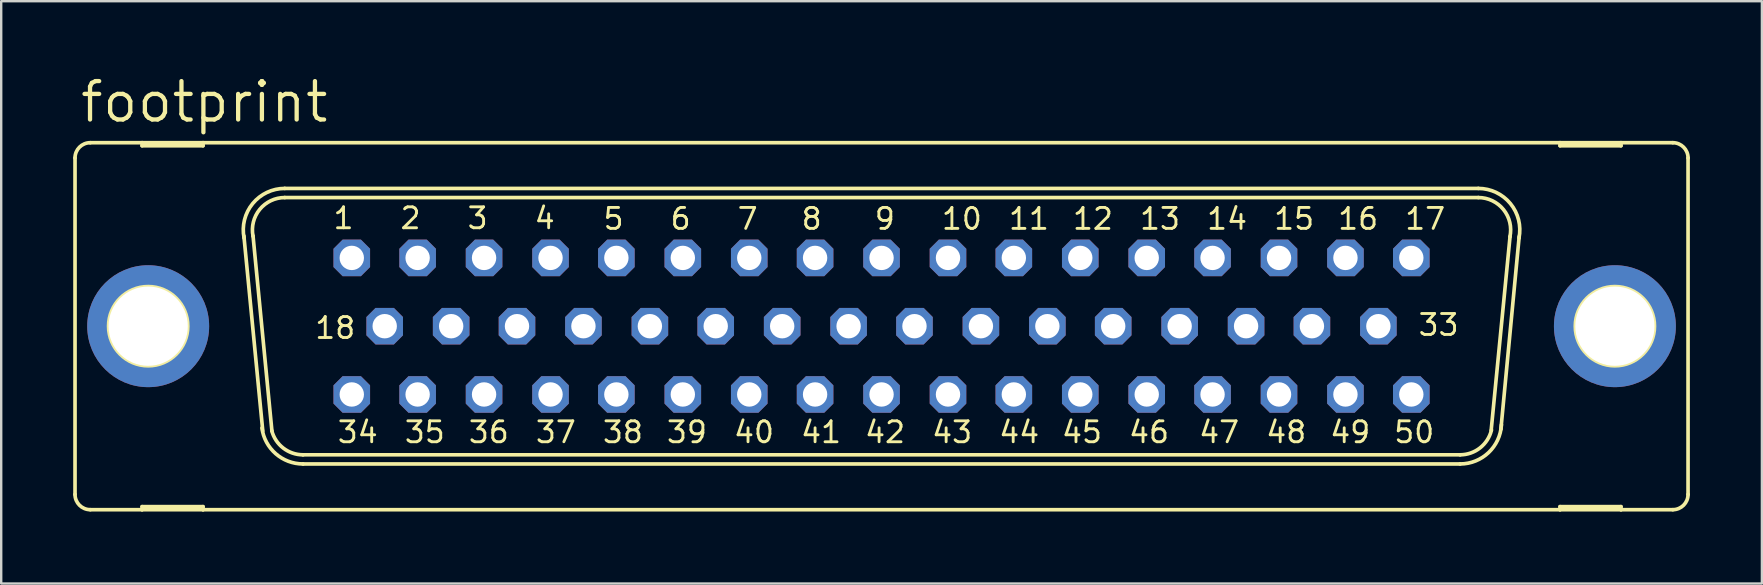
<source format=kicad_pcb>
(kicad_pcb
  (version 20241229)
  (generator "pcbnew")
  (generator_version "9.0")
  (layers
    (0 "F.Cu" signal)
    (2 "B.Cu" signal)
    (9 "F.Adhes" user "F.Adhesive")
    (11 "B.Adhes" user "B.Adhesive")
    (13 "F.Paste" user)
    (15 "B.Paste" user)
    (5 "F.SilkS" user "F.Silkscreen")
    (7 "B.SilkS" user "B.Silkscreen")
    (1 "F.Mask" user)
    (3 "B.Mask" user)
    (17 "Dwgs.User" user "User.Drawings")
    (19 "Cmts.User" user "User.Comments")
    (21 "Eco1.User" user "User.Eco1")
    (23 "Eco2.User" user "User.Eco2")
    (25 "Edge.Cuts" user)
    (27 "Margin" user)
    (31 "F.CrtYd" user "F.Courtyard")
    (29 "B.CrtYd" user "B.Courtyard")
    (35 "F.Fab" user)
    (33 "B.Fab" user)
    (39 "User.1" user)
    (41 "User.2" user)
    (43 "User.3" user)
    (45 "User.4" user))
  (footprint "footprint"
    (layer "F.Cu")
    (at 33.68 10.541)
    (property "Reference" "footprint" (at -33.477 -8.407 0) (layer "F.SilkS") (effects (font (size 1.6 1.6) (thickness 0.178)) (justify left bottom)))
    (fp_line (start -33.604 -7.01) (end -33.604 7.01) (stroke (width 0.152) (type solid)) (layer "F.SilkS"))
    (fp_line (start -32.969 7.645) (end -30.81 7.645) (stroke (width 0.152) (type solid)) (layer "F.SilkS"))
    (fp_line (start -30.81 -7.645) (end -32.969 -7.645) (stroke (width 0.152) (type solid)) (layer "F.SilkS"))
    (fp_line (start -30.81 -7.645) (end -30.81 -7.518) (stroke (width 0.152) (type solid)) (layer "F.SilkS"))
    (fp_line (start -30.81 -7.518) (end -28.27 -7.518) (stroke (width 0.152) (type solid)) (layer "F.SilkS"))
    (fp_line (start -30.81 7.518) (end -28.27 7.518) (stroke (width 0.152) (type solid)) (layer "F.SilkS"))
    (fp_line (start -30.81 7.645) (end -30.81 7.518) (stroke (width 0.152) (type solid)) (layer "F.SilkS"))
    (fp_line (start -30.81 7.645) (end -28.27 7.645) (stroke (width 0.152) (type solid)) (layer "F.SilkS"))
    (fp_line (start -28.27 -7.645) (end -30.81 -7.645) (stroke (width 0.152) (type solid)) (layer "F.SilkS"))
    (fp_line (start -28.27 -7.518) (end -28.27 -7.645) (stroke (width 0.152) (type solid)) (layer "F.SilkS"))
    (fp_line (start -28.27 7.518) (end -28.27 7.645) (stroke (width 0.152) (type solid)) (layer "F.SilkS"))
    (fp_line (start -28.27 7.645) (end 28.27 7.645) (stroke (width 0.152) (type solid)) (layer "F.SilkS"))
    (fp_line (start -25.781 4.369) (end -26.568 -3.759) (stroke (width 0.152) (type solid)) (layer "F.SilkS"))
    (fp_line (start -25.4 4.369) (end -26.187 -3.759) (stroke (width 0.152) (type solid)) (layer "F.SilkS"))
    (fp_line (start -24.867 -5.74) (end 24.867 -5.74) (stroke (width 0.152) (type solid)) (layer "F.SilkS"))
    (fp_line (start -24.867 -5.359) (end 24.867 -5.359) (stroke (width 0.152) (type solid)) (layer "F.SilkS"))
    (fp_line (start -24.105 5.359) (end 24.105 5.359) (stroke (width 0.152) (type solid)) (layer "F.SilkS"))
    (fp_line (start -24.105 5.74) (end 24.105 5.74) (stroke (width 0.152) (type solid)) (layer "F.SilkS"))
    (fp_line (start 26.187 -3.734) (end 25.4 4.343) (stroke (width 0.152) (type solid)) (layer "F.SilkS"))
    (fp_line (start 26.568 -3.734) (end 25.806 4.293) (stroke (width 0.152) (type solid)) (layer "F.SilkS"))
    (fp_line (start 28.27 -7.645) (end -28.27 -7.645) (stroke (width 0.152) (type solid)) (layer "F.SilkS"))
    (fp_line (start 28.27 -7.645) (end 28.27 -7.518) (stroke (width 0.152) (type solid)) (layer "F.SilkS"))
    (fp_line (start 28.27 -7.518) (end 30.81 -7.518) (stroke (width 0.152) (type solid)) (layer "F.SilkS"))
    (fp_line (start 28.27 7.518) (end 30.81 7.518) (stroke (width 0.152) (type solid)) (layer "F.SilkS"))
    (fp_line (start 28.27 7.645) (end 28.27 7.518) (stroke (width 0.152) (type solid)) (layer "F.SilkS"))
    (fp_line (start 28.27 7.645) (end 30.81 7.645) (stroke (width 0.152) (type solid)) (layer "F.SilkS"))
    (fp_line (start 30.81 -7.645) (end 28.27 -7.645) (stroke (width 0.152) (type solid)) (layer "F.SilkS"))
    (fp_line (start 30.81 -7.518) (end 30.81 -7.645) (stroke (width 0.152) (type solid)) (layer "F.SilkS"))
    (fp_line (start 30.81 7.518) (end 30.81 7.645) (stroke (width 0.152) (type solid)) (layer "F.SilkS"))
    (fp_line (start 30.81 7.645) (end 32.969 7.645) (stroke (width 0.152) (type solid)) (layer "F.SilkS"))
    (fp_line (start 32.969 -7.645) (end 30.81 -7.645) (stroke (width 0.152) (type solid)) (layer "F.SilkS"))
    (fp_line (start 33.604 -7.01) (end 33.604 7.01) (stroke (width 0.152) (type solid)) (layer "F.SilkS"))
    (fp_arc (start -33.6042 -7.0104) (mid -33.418213 -7.459413) (end -32.9692 -7.6454) (stroke (width 0.1524) (type solid)) (layer "F.SilkS"))
    (fp_arc (start -32.9692 7.6454) (mid -33.418213 7.459413) (end -33.6042 7.0104) (stroke (width 0.1524) (type solid)) (layer "F.SilkS"))
    (fp_arc (start -26.5603 -3.6745) (mid -26.202316 -5.108242) (end -24.866598 -5.7404) (stroke (width 0.1524) (type solid)) (layer "F.SilkS"))
    (fp_arc (start -26.1867 -3.7492) (mid -25.907682 -4.866684) (end -24.8666 -5.3594) (stroke (width 0.1524) (type solid)) (layer "F.SilkS"))
    (fp_arc (start -24.1046 5.3594) (mid -24.9281 5.078145) (end -25.4075 4.3519) (stroke (width 0.1524) (type solid)) (layer "F.SilkS"))
    (fp_arc (start -24.104599 5.740401) (mid -25.242311 5.312713) (end -25.8166 4.2415) (stroke (width 0.1524) (type solid)) (layer "F.SilkS"))
    (fp_arc (start 24.8666 -5.7404) (mid 26.202413 -5.108266) (end 26.560599 -3.674498) (stroke (width 0.1524) (type solid)) (layer "F.SilkS"))
    (fp_arc (start 24.8666 -5.3594) (mid 25.915157 -4.857583) (end 26.182099 -3.726198) (stroke (width 0.1524) (type solid)) (layer "F.SilkS"))
    (fp_arc (start 25.413301 4.327399) (mid 24.937857 5.070274) (end 24.1046 5.3594) (stroke (width 0.1524) (type solid)) (layer "F.SilkS"))
    (fp_arc (start 25.8289 4.1073) (mid 25.291966 5.267228) (end 24.1046 5.7404) (stroke (width 0.1524) (type solid)) (layer "F.SilkS"))
    (fp_arc (start 32.9692 -7.6454) (mid 33.418213 -7.459413) (end 33.6042 -7.0104) (stroke (width 0.1524) (type solid)) (layer "F.SilkS"))
    (fp_arc (start 33.6042 7.0104) (mid 33.418213 7.459413) (end 32.9692 7.6454) (stroke (width 0.1524) (type solid)) (layer "F.SilkS"))
    (fp_circle (center -30.556 0) (end -28.905 0) (stroke (width 0.152) (type solid)) (fill no) (layer "F.SilkS"))
    (fp_circle (center 30.556 0) (end 32.207 0) (stroke (width 0.152) (type solid)) (fill no) (layer "F.SilkS"))
    (fp_circle (center -22.073 -2.845) (end -21.819 -2.845) (stroke (width 0.406) (type solid)) (fill no) (layer "F.Fab"))
    (fp_circle (center -22.073 2.845) (end -21.819 2.845) (stroke (width 0.406) (type solid)) (fill no) (layer "F.Fab"))
    (fp_circle (center -20.701 0) (end -20.447 0) (stroke (width 0.406) (type solid)) (fill no) (layer "F.Fab"))
    (fp_circle (center -19.329 -2.845) (end -19.075 -2.845) (stroke (width 0.406) (type solid)) (fill no) (layer "F.Fab"))
    (fp_circle (center -19.329 2.845) (end -19.075 2.845) (stroke (width 0.406) (type solid)) (fill no) (layer "F.Fab"))
    (fp_circle (center -17.932 0) (end -17.678 0) (stroke (width 0.406) (type solid)) (fill no) (layer "F.Fab"))
    (fp_circle (center -16.561 -2.845) (end -16.307 -2.845) (stroke (width 0.406) (type solid)) (fill no) (layer "F.Fab"))
    (fp_circle (center -16.561 2.845) (end -16.307 2.845) (stroke (width 0.406) (type solid)) (fill no) (layer "F.Fab"))
    (fp_circle (center -15.189 0) (end -14.935 0) (stroke (width 0.406) (type solid)) (fill no) (layer "F.Fab"))
    (fp_circle (center -13.792 -2.845) (end -13.538 -2.845) (stroke (width 0.406) (type solid)) (fill no) (layer "F.Fab"))
    (fp_circle (center -13.792 2.845) (end -13.538 2.845) (stroke (width 0.406) (type solid)) (fill no) (layer "F.Fab"))
    (fp_circle (center -12.421 0) (end -12.167 0) (stroke (width 0.406) (type solid)) (fill no) (layer "F.Fab"))
    (fp_circle (center -11.049 -2.845) (end -10.795 -2.845) (stroke (width 0.406) (type solid)) (fill no) (layer "F.Fab"))
    (fp_circle (center -11.049 2.845) (end -10.795 2.845) (stroke (width 0.406) (type solid)) (fill no) (layer "F.Fab"))
    (fp_circle (center -9.652 0) (end -9.398 0) (stroke (width 0.406) (type solid)) (fill no) (layer "F.Fab"))
    (fp_circle (center -8.28 -2.845) (end -8.026 -2.845) (stroke (width 0.406) (type solid)) (fill no) (layer "F.Fab"))
    (fp_circle (center -8.28 2.845) (end -8.026 2.845) (stroke (width 0.406) (type solid)) (fill no) (layer "F.Fab"))
    (fp_circle (center -6.909 0) (end -6.655 0) (stroke (width 0.406) (type solid)) (fill no) (layer "F.Fab"))
    (fp_circle (center -5.512 -2.845) (end -5.258 -2.845) (stroke (width 0.406) (type solid)) (fill no) (layer "F.Fab"))
    (fp_circle (center -5.512 2.845) (end -5.258 2.845) (stroke (width 0.406) (type solid)) (fill no) (layer "F.Fab"))
    (fp_circle (center -4.14 0) (end -3.886 0) (stroke (width 0.406) (type solid)) (fill no) (layer "F.Fab"))
    (fp_circle (center -2.769 -2.845) (end -2.515 -2.845) (stroke (width 0.406) (type solid)) (fill no) (layer "F.Fab"))
    (fp_circle (center -2.769 2.845) (end -2.515 2.845) (stroke (width 0.406) (type solid)) (fill no) (layer "F.Fab"))
    (fp_circle (center -1.372 0) (end -1.118 0) (stroke (width 0.406) (type solid)) (fill no) (layer "F.Fab"))
    (fp_circle (center 0 -2.845) (end 0.254 -2.845) (stroke (width 0.406) (type solid)) (fill no) (layer "F.Fab"))
    (fp_circle (center 0 2.845) (end 0.254 2.845) (stroke (width 0.406) (type solid)) (fill no) (layer "F.Fab"))
    (fp_circle (center 1.372 0) (end 1.626 0) (stroke (width 0.406) (type solid)) (fill no) (layer "F.Fab"))
    (fp_circle (center 2.769 -2.845) (end 3.023 -2.845) (stroke (width 0.406) (type solid)) (fill no) (layer "F.Fab"))
    (fp_circle (center 2.769 2.845) (end 3.023 2.845) (stroke (width 0.406) (type solid)) (fill no) (layer "F.Fab"))
    (fp_circle (center 4.14 0) (end 4.394 0) (stroke (width 0.406) (type solid)) (fill no) (layer "F.Fab"))
    (fp_circle (center 5.512 -2.845) (end 5.766 -2.845) (stroke (width 0.406) (type solid)) (fill no) (layer "F.Fab"))
    (fp_circle (center 5.512 2.845) (end 5.766 2.845) (stroke (width 0.406) (type solid)) (fill no) (layer "F.Fab"))
    (fp_circle (center 6.909 0) (end 7.163 0) (stroke (width 0.406) (type solid)) (fill no) (layer "F.Fab"))
    (fp_circle (center 8.28 -2.845) (end 8.534 -2.845) (stroke (width 0.406) (type solid)) (fill no) (layer "F.Fab"))
    (fp_circle (center 8.28 2.845) (end 8.534 2.845) (stroke (width 0.406) (type solid)) (fill no) (layer "F.Fab"))
    (fp_circle (center 9.652 0) (end 9.906 0) (stroke (width 0.406) (type solid)) (fill no) (layer "F.Fab"))
    (fp_circle (center 11.049 -2.845) (end 11.303 -2.845) (stroke (width 0.406) (type solid)) (fill no) (layer "F.Fab"))
    (fp_circle (center 11.049 2.845) (end 11.303 2.845) (stroke (width 0.406) (type solid)) (fill no) (layer "F.Fab"))
    (fp_circle (center 12.421 0) (end 12.675 0) (stroke (width 0.406) (type solid)) (fill no) (layer "F.Fab"))
    (fp_circle (center 13.792 -2.845) (end 14.046 -2.845) (stroke (width 0.406) (type solid)) (fill no) (layer "F.Fab"))
    (fp_circle (center 13.792 2.845) (end 14.046 2.845) (stroke (width 0.406) (type solid)) (fill no) (layer "F.Fab"))
    (fp_circle (center 15.189 0) (end 15.443 0) (stroke (width 0.406) (type solid)) (fill no) (layer "F.Fab"))
    (fp_circle (center 16.561 -2.845) (end 16.815 -2.845) (stroke (width 0.406) (type solid)) (fill no) (layer "F.Fab"))
    (fp_circle (center 16.561 2.845) (end 16.815 2.845) (stroke (width 0.406) (type solid)) (fill no) (layer "F.Fab"))
    (fp_circle (center 17.932 0) (end 18.186 0) (stroke (width 0.406) (type solid)) (fill no) (layer "F.Fab"))
    (fp_circle (center 19.329 -2.845) (end 19.583 -2.845) (stroke (width 0.406) (type solid)) (fill no) (layer "F.Fab"))
    (fp_circle (center 19.329 2.845) (end 19.583 2.845) (stroke (width 0.406) (type solid)) (fill no) (layer "F.Fab"))
    (fp_circle (center 20.701 0) (end 20.955 0) (stroke (width 0.406) (type solid)) (fill no) (layer "F.Fab"))
    (fp_circle (center 22.073 -2.845) (end 22.327 -2.845) (stroke (width 0.406) (type solid)) (fill no) (layer "F.Fab"))
    (fp_circle (center 22.073 2.845) (end 22.327 2.845) (stroke (width 0.406) (type solid)) (fill no) (layer "F.Fab"))
    (fp_text user "5" (at -11.659 -3.962 0) (layer "F.SilkS") (effects (font (size 0.872 0.872) (thickness 0.119)) (justify left bottom)))
    (fp_text user "39" (at -9.017 4.928 0) (layer "F.SilkS") (effects (font (size 0.872 0.872) (thickness 0.119)) (justify left bottom)))
    (fp_text user "15" (at 16.281 -3.962 0) (layer "F.SilkS") (effects (font (size 0.872 0.872) (thickness 0.119)) (justify left bottom)))
    (fp_text user "16" (at 18.948 -3.962 0) (layer "F.SilkS") (effects (font (size 0.872 0.872) (thickness 0.119)) (justify left bottom)))
    (fp_text user "17" (at 21.742 -3.962 0) (layer "F.SilkS") (effects (font (size 0.872 0.872) (thickness 0.119)) (justify left bottom)))
    (fp_text user "2" (at -20.117 -3.988 0) (layer "F.SilkS") (effects (font (size 0.872 0.872) (thickness 0.119)) (justify left bottom)))
    (fp_text user "38" (at -11.684 4.928 0) (layer "F.SilkS") (effects (font (size 0.872 0.872) (thickness 0.119)) (justify left bottom)))
    (fp_text user "46" (at 10.236 4.928 0) (layer "F.SilkS") (effects (font (size 0.872 0.872) (thickness 0.119)) (justify left bottom)))
    (fp_text user "37" (at -14.478 4.928 0) (layer "F.SilkS") (effects (font (size 0.872 0.872) (thickness 0.119)) (justify left bottom)))
    (fp_text user "11" (at 5.232 -3.962 0) (layer "F.SilkS") (effects (font (size 0.872 0.872) (thickness 0.119)) (justify left bottom)))
    (fp_text user "48" (at 15.951 4.928 0) (layer "F.SilkS") (effects (font (size 0.872 0.872) (thickness 0.119)) (justify left bottom)))
    (fp_text user "13" (at 10.693 -3.962 0) (layer "F.SilkS") (effects (font (size 0.872 0.872) (thickness 0.119)) (justify left bottom)))
    (fp_text user "40" (at -6.223 4.928 0) (layer "F.SilkS") (effects (font (size 0.872 0.872) (thickness 0.119)) (justify left bottom)))
    (fp_text user "33" (at 22.301 0.457 0) (layer "F.SilkS") (effects (font (size 0.872 0.872) (thickness 0.119)) (justify left bottom)))
    (fp_text user "10" (at 2.438 -3.962 0) (layer "F.SilkS") (effects (font (size 0.872 0.872) (thickness 0.119)) (justify left bottom)))
    (fp_text user "6" (at -8.865 -3.962 0) (layer "F.SilkS") (effects (font (size 0.872 0.872) (thickness 0.119)) (justify left bottom)))
    (fp_text user "50" (at 21.285 4.928 0) (layer "F.SilkS") (effects (font (size 0.872 0.872) (thickness 0.119)) (justify left bottom)))
    (fp_text user "49" (at 18.618 4.928 0) (layer "F.SilkS") (effects (font (size 0.872 0.872) (thickness 0.119)) (justify left bottom)))
    (fp_text user "7" (at -6.071 -3.962 0) (layer "F.SilkS") (effects (font (size 0.872 0.872) (thickness 0.119)) (justify left bottom)))
    (fp_text user "35" (at -19.939 4.928 0) (layer "F.SilkS") (effects (font (size 0.872 0.872) (thickness 0.119)) (justify left bottom)))
    (fp_text user "3" (at -17.323 -3.988 0) (layer "F.SilkS") (effects (font (size 0.872 0.872) (thickness 0.119)) (justify left bottom)))
    (fp_text user "18" (at -23.673 0.584 0) (layer "F.SilkS") (effects (font (size 0.872 0.872) (thickness 0.119)) (justify left bottom)))
    (fp_text user "44" (at 4.826 4.928 0) (layer "F.SilkS") (effects (font (size 0.872 0.872) (thickness 0.119)) (justify left bottom)))
    (fp_text user "41" (at -3.429 4.928 0) (layer "F.SilkS") (effects (font (size 0.872 0.872) (thickness 0.119)) (justify left bottom)))
    (fp_text user "8" (at -3.404 -3.962 0) (layer "F.SilkS") (effects (font (size 0.872 0.872) (thickness 0.119)) (justify left bottom)))
    (fp_text user "47" (at 13.157 4.928 0) (layer "F.SilkS") (effects (font (size 0.872 0.872) (thickness 0.119)) (justify left bottom)))
    (fp_text user "36" (at -17.272 4.928 0) (layer "F.SilkS") (effects (font (size 0.872 0.872) (thickness 0.119)) (justify left bottom)))
    (fp_text user "14" (at 13.487 -3.962 0) (layer "F.SilkS") (effects (font (size 0.872 0.872) (thickness 0.119)) (justify left bottom)))
    (fp_text user "45" (at 7.442 4.928 0) (layer "F.SilkS") (effects (font (size 0.872 0.872) (thickness 0.119)) (justify left bottom)))
    (fp_text user "42" (at -0.762 4.928 0) (layer "F.SilkS") (effects (font (size 0.872 0.872) (thickness 0.119)) (justify left bottom)))
    (fp_text user "9" (at -0.356 -3.962 0) (layer "F.SilkS") (effects (font (size 0.872 0.872) (thickness 0.119)) (justify left bottom)))
    (fp_text user "34" (at -22.733 4.928 0) (layer "F.SilkS") (effects (font (size 0.872 0.872) (thickness 0.119)) (justify left bottom)))
    (fp_text user "1" (at -22.911 -3.988 0) (layer "F.SilkS") (effects (font (size 0.872 0.872) (thickness 0.119)) (justify left bottom)))
    (fp_text user "43" (at 2.032 4.928 0) (layer "F.SilkS") (effects (font (size 0.872 0.872) (thickness 0.119)) (justify left bottom)))
    (fp_text user "12" (at 7.899 -3.962 0) (layer "F.SilkS") (effects (font (size 0.872 0.872) (thickness 0.119)) (justify left bottom)))
    (fp_text user "4" (at -14.529 -3.988 0) (layer "F.SilkS") (effects (font (size 0.872 0.872) (thickness 0.119)) (justify left bottom)))
    (pad "1" thru_hole roundrect (at -22.073 -2.845) (size 1.524 1.524) (drill 1.016) (layers "*.Cu" "*.Mask") (roundrect_rratio 0.25) (chamfer_ratio 0.25) (chamfer top_left top_right bottom_left bottom_right))
    (pad "2" thru_hole roundrect (at -19.329 -2.845) (size 1.524 1.524) (drill 1.016) (layers "*.Cu" "*.Mask") (roundrect_rratio 0.25) (chamfer_ratio 0.25) (chamfer top_left top_right bottom_left bottom_right))
    (pad "3" thru_hole roundrect (at -16.561 -2.845) (size 1.524 1.524) (drill 1.016) (layers "*.Cu" "*.Mask") (roundrect_rratio 0.25) (chamfer_ratio 0.25) (chamfer top_left top_right bottom_left bottom_right))
    (pad "4" thru_hole roundrect (at -13.792 -2.845) (size 1.524 1.524) (drill 1.016) (layers "*.Cu" "*.Mask") (roundrect_rratio 0.25) (chamfer_ratio 0.25) (chamfer top_left top_right bottom_left bottom_right))
    (pad "5" thru_hole roundrect (at -11.049 -2.845) (size 1.524 1.524) (drill 1.016) (layers "*.Cu" "*.Mask") (roundrect_rratio 0.25) (chamfer_ratio 0.25) (chamfer top_left top_right bottom_left bottom_right))
    (pad "6" thru_hole roundrect (at -8.28 -2.845) (size 1.524 1.524) (drill 1.016) (layers "*.Cu" "*.Mask") (roundrect_rratio 0.25) (chamfer_ratio 0.25) (chamfer top_left top_right bottom_left bottom_right))
    (pad "7" thru_hole roundrect (at -5.512 -2.845) (size 1.524 1.524) (drill 1.016) (layers "*.Cu" "*.Mask") (roundrect_rratio 0.25) (chamfer_ratio 0.25) (chamfer top_left top_right bottom_left bottom_right))
    (pad "8" thru_hole roundrect (at -2.769 -2.845) (size 1.524 1.524) (drill 1.016) (layers "*.Cu" "*.Mask") (roundrect_rratio 0.25) (chamfer_ratio 0.25) (chamfer top_left top_right bottom_left bottom_right))
    (pad "9" thru_hole roundrect (at 0 -2.845) (size 1.524 1.524) (drill 1.016) (layers "*.Cu" "*.Mask") (roundrect_rratio 0.25) (chamfer_ratio 0.25) (chamfer top_left top_right bottom_left bottom_right))
    (pad "10" thru_hole roundrect (at 2.769 -2.845) (size 1.524 1.524) (drill 1.016) (layers "*.Cu" "*.Mask") (roundrect_rratio 0.25) (chamfer_ratio 0.25) (chamfer top_left top_right bottom_left bottom_right))
    (pad "11" thru_hole roundrect (at 5.512 -2.845) (size 1.524 1.524) (drill 1.016) (layers "*.Cu" "*.Mask") (roundrect_rratio 0.25) (chamfer_ratio 0.25) (chamfer top_left top_right bottom_left bottom_right))
    (pad "12" thru_hole roundrect (at 8.28 -2.845) (size 1.524 1.524) (drill 1.016) (layers "*.Cu" "*.Mask") (roundrect_rratio 0.25) (chamfer_ratio 0.25) (chamfer top_left top_right bottom_left bottom_right))
    (pad "13" thru_hole roundrect (at 11.049 -2.845) (size 1.524 1.524) (drill 1.016) (layers "*.Cu" "*.Mask") (roundrect_rratio 0.25) (chamfer_ratio 0.25) (chamfer top_left top_right bottom_left bottom_right))
    (pad "14" thru_hole roundrect (at 13.792 -2.845) (size 1.524 1.524) (drill 1.016) (layers "*.Cu" "*.Mask") (roundrect_rratio 0.25) (chamfer_ratio 0.25) (chamfer top_left top_right bottom_left bottom_right))
    (pad "15" thru_hole roundrect (at 16.561 -2.845) (size 1.524 1.524) (drill 1.016) (layers "*.Cu" "*.Mask") (roundrect_rratio 0.25) (chamfer_ratio 0.25) (chamfer top_left top_right bottom_left bottom_right))
    (pad "16" thru_hole roundrect (at 19.329 -2.845) (size 1.524 1.524) (drill 1.016) (layers "*.Cu" "*.Mask") (roundrect_rratio 0.25) (chamfer_ratio 0.25) (chamfer top_left top_right bottom_left bottom_right))
    (pad "17" thru_hole roundrect (at 22.073 -2.845) (size 1.524 1.524) (drill 1.016) (layers "*.Cu" "*.Mask") (roundrect_rratio 0.25) (chamfer_ratio 0.25) (chamfer top_left top_right bottom_left bottom_right))
    (pad "18" thru_hole roundrect (at -20.701 0) (size 1.524 1.524) (drill 1.016) (layers "*.Cu" "*.Mask") (roundrect_rratio 0.25) (chamfer_ratio 0.25) (chamfer top_left top_right bottom_left bottom_right))
    (pad "19" thru_hole roundrect (at -17.932 0) (size 1.524 1.524) (drill 1.016) (layers "*.Cu" "*.Mask") (roundrect_rratio 0.25) (chamfer_ratio 0.25) (chamfer top_left top_right bottom_left bottom_right))
    (pad "20" thru_hole roundrect (at -15.189 0) (size 1.524 1.524) (drill 1.016) (layers "*.Cu" "*.Mask") (roundrect_rratio 0.25) (chamfer_ratio 0.25) (chamfer top_left top_right bottom_left bottom_right))
    (pad "21" thru_hole roundrect (at -12.421 0) (size 1.524 1.524) (drill 1.016) (layers "*.Cu" "*.Mask") (roundrect_rratio 0.25) (chamfer_ratio 0.25) (chamfer top_left top_right bottom_left bottom_right))
    (pad "22" thru_hole roundrect (at -9.652 0) (size 1.524 1.524) (drill 1.016) (layers "*.Cu" "*.Mask") (roundrect_rratio 0.25) (chamfer_ratio 0.25) (chamfer top_left top_right bottom_left bottom_right))
    (pad "23" thru_hole roundrect (at -6.909 0) (size 1.524 1.524) (drill 1.016) (layers "*.Cu" "*.Mask") (roundrect_rratio 0.25) (chamfer_ratio 0.25) (chamfer top_left top_right bottom_left bottom_right))
    (pad "24" thru_hole roundrect (at -4.14 0) (size 1.524 1.524) (drill 1.016) (layers "*.Cu" "*.Mask") (roundrect_rratio 0.25) (chamfer_ratio 0.25) (chamfer top_left top_right bottom_left bottom_right))
    (pad "25" thru_hole roundrect (at -1.372 0) (size 1.524 1.524) (drill 1.016) (layers "*.Cu" "*.Mask") (roundrect_rratio 0.25) (chamfer_ratio 0.25) (chamfer top_left top_right bottom_left bottom_right))
    (pad "26" thru_hole roundrect (at 1.372 0) (size 1.524 1.524) (drill 1.016) (layers "*.Cu" "*.Mask") (roundrect_rratio 0.25) (chamfer_ratio 0.25) (chamfer top_left top_right bottom_left bottom_right))
    (pad "27" thru_hole roundrect (at 4.14 0) (size 1.524 1.524) (drill 1.016) (layers "*.Cu" "*.Mask") (roundrect_rratio 0.25) (chamfer_ratio 0.25) (chamfer top_left top_right bottom_left bottom_right))
    (pad "28" thru_hole roundrect (at 6.909 0) (size 1.524 1.524) (drill 1.016) (layers "*.Cu" "*.Mask") (roundrect_rratio 0.25) (chamfer_ratio 0.25) (chamfer top_left top_right bottom_left bottom_right))
    (pad "29" thru_hole roundrect (at 9.652 0) (size 1.524 1.524) (drill 1.016) (layers "*.Cu" "*.Mask") (roundrect_rratio 0.25) (chamfer_ratio 0.25) (chamfer top_left top_right bottom_left bottom_right))
    (pad "30" thru_hole roundrect (at 12.421 0) (size 1.524 1.524) (drill 1.016) (layers "*.Cu" "*.Mask") (roundrect_rratio 0.25) (chamfer_ratio 0.25) (chamfer top_left top_right bottom_left bottom_right))
    (pad "31" thru_hole roundrect (at 15.189 0) (size 1.524 1.524) (drill 1.016) (layers "*.Cu" "*.Mask") (roundrect_rratio 0.25) (chamfer_ratio 0.25) (chamfer top_left top_right bottom_left bottom_right))
    (pad "32" thru_hole roundrect (at 17.932 0) (size 1.524 1.524) (drill 1.016) (layers "*.Cu" "*.Mask") (roundrect_rratio 0.25) (chamfer_ratio 0.25) (chamfer top_left top_right bottom_left bottom_right))
    (pad "33" thru_hole roundrect (at 20.701 0) (size 1.524 1.524) (drill 1.016) (layers "*.Cu" "*.Mask") (roundrect_rratio 0.25) (chamfer_ratio 0.25) (chamfer top_left top_right bottom_left bottom_right))
    (pad "34" thru_hole roundrect (at -22.073 2.845) (size 1.524 1.524) (drill 1.016) (layers "*.Cu" "*.Mask") (roundrect_rratio 0.25) (chamfer_ratio 0.25) (chamfer top_left top_right bottom_left bottom_right))
    (pad "35" thru_hole roundrect (at -19.329 2.845) (size 1.524 1.524) (drill 1.016) (layers "*.Cu" "*.Mask") (roundrect_rratio 0.25) (chamfer_ratio 0.25) (chamfer top_left top_right bottom_left bottom_right))
    (pad "36" thru_hole roundrect (at -16.561 2.845) (size 1.524 1.524) (drill 1.016) (layers "*.Cu" "*.Mask") (roundrect_rratio 0.25) (chamfer_ratio 0.25) (chamfer top_left top_right bottom_left bottom_right))
    (pad "37" thru_hole roundrect (at -13.792 2.845) (size 1.524 1.524) (drill 1.016) (layers "*.Cu" "*.Mask") (roundrect_rratio 0.25) (chamfer_ratio 0.25) (chamfer top_left top_right bottom_left bottom_right))
    (pad "38" thru_hole roundrect (at -11.049 2.845) (size 1.524 1.524) (drill 1.016) (layers "*.Cu" "*.Mask") (roundrect_rratio 0.25) (chamfer_ratio 0.25) (chamfer top_left top_right bottom_left bottom_right))
    (pad "39" thru_hole roundrect (at -8.28 2.845) (size 1.524 1.524) (drill 1.016) (layers "*.Cu" "*.Mask") (roundrect_rratio 0.25) (chamfer_ratio 0.25) (chamfer top_left top_right bottom_left bottom_right))
    (pad "40" thru_hole roundrect (at -5.512 2.845) (size 1.524 1.524) (drill 1.016) (layers "*.Cu" "*.Mask") (roundrect_rratio 0.25) (chamfer_ratio 0.25) (chamfer top_left top_right bottom_left bottom_right))
    (pad "41" thru_hole roundrect (at -2.769 2.845) (size 1.524 1.524) (drill 1.016) (layers "*.Cu" "*.Mask") (roundrect_rratio 0.25) (chamfer_ratio 0.25) (chamfer top_left top_right bottom_left bottom_right))
    (pad "42" thru_hole roundrect (at 0 2.845) (size 1.524 1.524) (drill 1.016) (layers "*.Cu" "*.Mask") (roundrect_rratio 0.25) (chamfer_ratio 0.25) (chamfer top_left top_right bottom_left bottom_right))
    (pad "43" thru_hole roundrect (at 2.769 2.845) (size 1.524 1.524) (drill 1.016) (layers "*.Cu" "*.Mask") (roundrect_rratio 0.25) (chamfer_ratio 0.25) (chamfer top_left top_right bottom_left bottom_right))
    (pad "44" thru_hole roundrect (at 5.512 2.845) (size 1.524 1.524) (drill 1.016) (layers "*.Cu" "*.Mask") (roundrect_rratio 0.25) (chamfer_ratio 0.25) (chamfer top_left top_right bottom_left bottom_right))
    (pad "45" thru_hole roundrect (at 8.28 2.845) (size 1.524 1.524) (drill 1.016) (layers "*.Cu" "*.Mask") (roundrect_rratio 0.25) (chamfer_ratio 0.25) (chamfer top_left top_right bottom_left bottom_right))
    (pad "46" thru_hole roundrect (at 11.049 2.845) (size 1.524 1.524) (drill 1.016) (layers "*.Cu" "*.Mask") (roundrect_rratio 0.25) (chamfer_ratio 0.25) (chamfer top_left top_right bottom_left bottom_right))
    (pad "47" thru_hole roundrect (at 13.792 2.845) (size 1.524 1.524) (drill 1.016) (layers "*.Cu" "*.Mask") (roundrect_rratio 0.25) (chamfer_ratio 0.25) (chamfer top_left top_right bottom_left bottom_right))
    (pad "48" thru_hole roundrect (at 16.561 2.845) (size 1.524 1.524) (drill 1.016) (layers "*.Cu" "*.Mask") (roundrect_rratio 0.25) (chamfer_ratio 0.25) (chamfer top_left top_right bottom_left bottom_right))
    (pad "49" thru_hole roundrect (at 19.329 2.845) (size 1.524 1.524) (drill 1.016) (layers "*.Cu" "*.Mask") (roundrect_rratio 0.25) (chamfer_ratio 0.25) (chamfer top_left top_right bottom_left bottom_right))
    (pad "50" thru_hole roundrect (at 22.073 2.845) (size 1.524 1.524) (drill 1.016) (layers "*.Cu" "*.Mask") (roundrect_rratio 0.25) (chamfer_ratio 0.25) (chamfer top_left top_right bottom_left bottom_right))
    (pad "G1" thru_hole circle (at -30.556 0) (size 5.08 5.08) (drill 3.302) (layers "*.Cu" "*.Mask"))
    (pad "G2" thru_hole circle (at 30.556 0) (size 5.08 5.08) (drill 3.302) (layers "*.Cu" "*.Mask")))
  (gr_rect
    (start -3 -3)
    (end 70.361 21.263)
    (stroke (width 0.1) (type default))
    (fill no)
    (layer "Edge.Cuts")))
</source>
